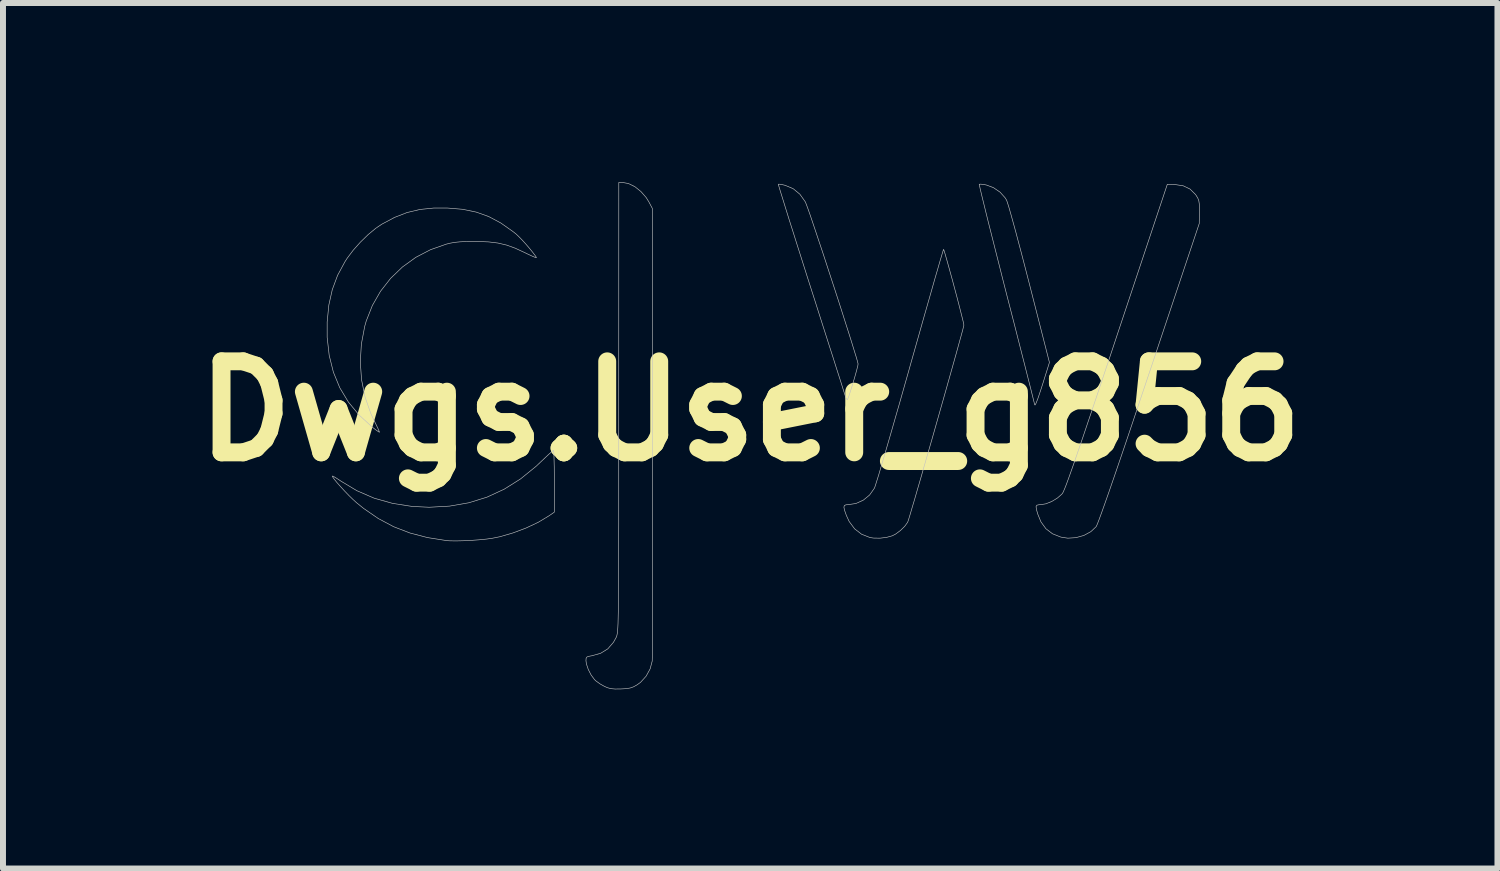
<source format=kicad_pcb>
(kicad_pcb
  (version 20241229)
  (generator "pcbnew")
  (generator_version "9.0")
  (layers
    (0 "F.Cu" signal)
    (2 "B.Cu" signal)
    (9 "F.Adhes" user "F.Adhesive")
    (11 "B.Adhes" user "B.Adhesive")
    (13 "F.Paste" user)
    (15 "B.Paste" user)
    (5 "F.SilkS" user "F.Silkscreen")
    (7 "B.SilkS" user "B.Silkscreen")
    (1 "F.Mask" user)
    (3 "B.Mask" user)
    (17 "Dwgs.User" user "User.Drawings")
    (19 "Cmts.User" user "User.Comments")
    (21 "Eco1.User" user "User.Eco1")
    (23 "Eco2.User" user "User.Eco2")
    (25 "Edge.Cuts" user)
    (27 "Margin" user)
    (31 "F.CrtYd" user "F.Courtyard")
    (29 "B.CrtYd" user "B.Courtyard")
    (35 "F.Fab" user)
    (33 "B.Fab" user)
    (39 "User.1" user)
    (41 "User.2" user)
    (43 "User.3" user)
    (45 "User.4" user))
  (footprint "Dwgs.User_g856"
    (layer "F.Cu")
    (at 9.514 3.836)
    (property "Reference" "Dwgs.User_g856" (at 0 0 0) (layer "F.SilkS") (effects (font (size 1.524 1.524) (thickness 0.3))))
    (attr through_hole)
    (fp_poly (pts (xy 3.913 -3.796) (xy 3.954 -3.788) (xy 4.074 -3.743) (xy 4.184 -3.668) (xy 4.27 -3.572) (xy 4.294 -3.532) (xy 4.307 -3.495) (xy 4.33 -3.422) (xy 4.361 -3.314) (xy 4.399 -3.177) (xy 4.444 -3.014) (xy 4.493 -2.829) (xy 4.547 -2.626) (xy 4.604 -2.407) (xy 4.663 -2.178) (xy 4.676 -2.128) (xy 5.011 -0.816) (xy 4.905 -0.477) (xy 4.856 -0.326) (xy 4.818 -0.213) (xy 4.789 -0.138) (xy 4.771 -0.103) (xy 4.763 -0.108) (xy 4.763 -0.115) (xy 4.757 -0.137) (xy 4.742 -0.198) (xy 4.718 -0.294) (xy 4.686 -0.422) (xy 4.646 -0.579) (xy 4.6 -0.762) (xy 4.547 -0.969) (xy 4.489 -1.196) (xy 4.427 -1.441) (xy 4.36 -1.7) (xy 4.293 -1.96) (xy 4.224 -2.231) (xy 4.159 -2.489) (xy 4.097 -2.733) (xy 4.04 -2.959) (xy 3.988 -3.164) (xy 3.943 -3.346) (xy 3.905 -3.501) (xy 3.874 -3.627) (xy 3.852 -3.721) (xy 3.839 -3.78) (xy 3.835 -3.8) (xy 3.86 -3.802) (xy 3.913 -3.796)) (stroke (width 0.01) (type solid)) (fill no) (layer "Dwgs.User"))
    (fp_poly (pts (xy -3.291 0.676) (xy -3.287 0.733) (xy -3.285 0.821) (xy -3.282 0.934) (xy -3.281 1.066) (xy -3.281 1.174) (xy -3.281 1.691) (xy -3.371 1.753) (xy -3.547 1.859) (xy -3.752 1.956) (xy -3.973 2.039) (xy -4.194 2.103) (xy -4.318 2.128) (xy -4.416 2.142) (xy -4.539 2.154) (xy -4.673 2.164) (xy -4.808 2.17) (xy -4.932 2.173) (xy -5.033 2.171) (xy -5.08 2.168) (xy -5.404 2.117) (xy -5.699 2.04) (xy -5.971 1.935) (xy -6.227 1.799) (xy -6.474 1.629) (xy -6.594 1.532) (xy -6.653 1.478) (xy -6.722 1.411) (xy -6.793 1.337) (xy -6.862 1.262) (xy -6.923 1.193) (xy -6.969 1.136) (xy -6.995 1.098) (xy -6.998 1.086) (xy -6.978 1.093) (xy -6.933 1.12) (xy -6.871 1.16) (xy -6.855 1.171) (xy -6.587 1.332) (xy -6.298 1.457) (xy -5.99 1.544) (xy -5.663 1.595) (xy -5.376 1.609) (xy -5.035 1.59) (xy -4.713 1.534) (xy -4.409 1.44) (xy -4.121 1.307) (xy -3.847 1.135) (xy -3.586 0.923) (xy -3.512 0.853) (xy -3.436 0.781) (xy -3.371 0.72) (xy -3.322 0.677) (xy -3.297 0.657) (xy -3.295 0.656) (xy -3.291 0.676)) (stroke (width 0.01) (type solid)) (fill no) (layer "Dwgs.User"))
    (fp_poly (pts (xy 7.109 -3.796) (xy 7.25 -3.775) (xy 7.365 -3.72) (xy 7.455 -3.631) (xy 7.467 -3.615) (xy 7.495 -3.569) (xy 7.512 -3.526) (xy 7.52 -3.475) (xy 7.523 -3.401) (xy 7.522 -3.335) (xy 7.52 -3.143) (xy 6.682 -0.638) (xy 6.539 -0.213) (xy 6.409 0.175) (xy 6.291 0.525) (xy 6.185 0.837) (xy 6.091 1.111) (xy 6.01 1.346) (xy 5.941 1.542) (xy 5.885 1.699) (xy 5.842 1.816) (xy 5.812 1.894) (xy 5.794 1.932) (xy 5.793 1.934) (xy 5.704 2.018) (xy 5.588 2.081) (xy 5.456 2.118) (xy 5.319 2.127) (xy 5.203 2.109) (xy 5.062 2.053) (xy 4.952 1.969) (xy 4.869 1.854) (xy 4.815 1.722) (xy 4.793 1.644) (xy 4.787 1.597) (xy 4.8 1.575) (xy 4.834 1.567) (xy 4.865 1.566) (xy 4.952 1.551) (xy 5.05 1.512) (xy 5.144 1.455) (xy 5.218 1.39) (xy 5.23 1.376) (xy 5.243 1.352) (xy 5.264 1.303) (xy 5.293 1.23) (xy 5.33 1.129) (xy 5.376 1) (xy 5.432 0.842) (xy 5.497 0.652) (xy 5.573 0.431) (xy 5.659 0.176) (xy 5.757 -0.114) (xy 5.866 -0.44) (xy 5.988 -0.803) (xy 6.122 -1.206) (xy 6.136 -1.249) (xy 6.985 -3.799) (xy 7.109 -3.796)) (stroke (width 0.01) (type solid)) (fill no) (layer "Dwgs.User"))
    (fp_poly (pts (xy 0.494 -3.801) (xy 0.545 -3.792) (xy 0.586 -3.782) (xy 0.719 -3.726) (xy 0.831 -3.634) (xy 0.921 -3.508) (xy 0.925 -3.499) (xy 0.94 -3.463) (xy 0.966 -3.392) (xy 1.002 -3.29) (xy 1.046 -3.16) (xy 1.097 -3.008) (xy 1.154 -2.837) (xy 1.216 -2.652) (xy 1.28 -2.456) (xy 1.346 -2.253) (xy 1.413 -2.049) (xy 1.479 -1.846) (xy 1.542 -1.649) (xy 1.601 -1.463) (xy 1.656 -1.291) (xy 1.704 -1.138) (xy 1.744 -1.007) (xy 1.776 -0.904) (xy 1.797 -0.831) (xy 1.806 -0.793) (xy 1.806 -0.79) (xy 1.801 -0.757) (xy 1.785 -0.695) (xy 1.763 -0.614) (xy 1.736 -0.521) (xy 1.707 -0.425) (xy 1.679 -0.336) (xy 1.655 -0.261) (xy 1.636 -0.21) (xy 1.626 -0.191) (xy 1.626 -0.191) (xy 1.61 -0.208) (xy 1.597 -0.238) (xy 1.589 -0.265) (xy 1.568 -0.329) (xy 1.537 -0.428) (xy 1.496 -0.558) (xy 1.445 -0.716) (xy 1.387 -0.9) (xy 1.321 -1.105) (xy 1.249 -1.331) (xy 1.172 -1.572) (xy 1.091 -1.827) (xy 1.023 -2.039) (xy 0.939 -2.302) (xy 0.86 -2.552) (xy 0.785 -2.788) (xy 0.716 -3.007) (xy 0.653 -3.205) (xy 0.599 -3.379) (xy 0.553 -3.528) (xy 0.516 -3.647) (xy 0.489 -3.734) (xy 0.474 -3.787) (xy 0.471 -3.801) (xy 0.494 -3.801)) (stroke (width 0.01) (type solid)) (fill no) (layer "Dwgs.User"))
    (fp_poly (pts (xy -4.817 -3.381) (xy -4.589 -3.334) (xy -4.379 -3.259) (xy -4.176 -3.151) (xy -3.972 -3.007) (xy -3.919 -2.965) (xy -3.876 -2.924) (xy -3.82 -2.867) (xy -3.759 -2.8) (xy -3.699 -2.73) (xy -3.645 -2.664) (xy -3.605 -2.611) (xy -3.583 -2.578) (xy -3.582 -2.57) (xy -3.603 -2.576) (xy -3.653 -2.597) (xy -3.724 -2.63) (xy -3.779 -2.657) (xy -3.937 -2.73) (xy -4.081 -2.782) (xy -4.226 -2.816) (xy -4.382 -2.835) (xy -4.564 -2.842) (xy -4.614 -2.842) (xy -4.753 -2.841) (xy -4.861 -2.836) (xy -4.95 -2.827) (xy -5.032 -2.812) (xy -5.091 -2.797) (xy -5.355 -2.704) (xy -5.601 -2.576) (xy -5.824 -2.415) (xy -6.022 -2.225) (xy -6.191 -2.009) (xy -6.328 -1.77) (xy -6.43 -1.512) (xy -6.456 -1.421) (xy -6.512 -1.124) (xy -6.53 -0.824) (xy -6.509 -0.527) (xy -6.451 -0.239) (xy -6.355 0.036) (xy -6.309 0.137) (xy -6.267 0.222) (xy -6.234 0.291) (xy -6.214 0.338) (xy -6.209 0.353) (xy -6.227 0.343) (xy -6.269 0.314) (xy -6.326 0.27) (xy -6.33 0.266) (xy -6.548 0.067) (xy -6.729 -0.152) (xy -6.874 -0.393) (xy -6.981 -0.654) (xy -7.051 -0.935) (xy -7.085 -1.237) (xy -7.085 -1.492) (xy -7.057 -1.777) (xy -6.999 -2.036) (xy -6.91 -2.276) (xy -6.786 -2.505) (xy -6.75 -2.561) (xy -6.65 -2.694) (xy -6.53 -2.829) (xy -6.4 -2.956) (xy -6.271 -3.063) (xy -6.174 -3.129) (xy -5.959 -3.244) (xy -5.749 -3.326) (xy -5.532 -3.378) (xy -5.299 -3.402) (xy -5.071 -3.402) (xy -4.817 -3.381)) (stroke (width 0.01) (type solid)) (fill no) (layer "Dwgs.User"))
    (fp_poly (pts (xy -2.038 -3.812) (xy -1.931 -3.759) (xy -1.83 -3.678) (xy -1.742 -3.577) (xy -1.697 -3.504) (xy -1.64 -3.397) (xy -1.635 0.339) (xy -1.634 0.735) (xy -1.634 1.121) (xy -1.634 1.494) (xy -1.634 1.852) (xy -1.634 2.193) (xy -1.634 2.515) (xy -1.634 2.815) (xy -1.635 3.091) (xy -1.635 3.342) (xy -1.636 3.564) (xy -1.637 3.756) (xy -1.638 3.916) (xy -1.639 4.04) (xy -1.64 4.128) (xy -1.641 4.176) (xy -1.641 4.183) (xy -1.676 4.315) (xy -1.744 4.439) (xy -1.837 4.541) (xy -1.893 4.582) (xy -1.954 4.616) (xy -2.01 4.636) (xy -2.079 4.647) (xy -2.168 4.652) (xy -2.263 4.653) (xy -2.332 4.647) (xy -2.391 4.631) (xy -2.445 4.607) (xy -2.517 4.566) (xy -2.583 4.518) (xy -2.608 4.495) (xy -2.664 4.419) (xy -2.712 4.326) (xy -2.743 4.234) (xy -2.751 4.178) (xy -2.748 4.137) (xy -2.732 4.115) (xy -2.691 4.103) (xy -2.652 4.096) (xy -2.506 4.055) (xy -2.386 3.981) (xy -2.291 3.872) (xy -2.245 3.789) (xy -2.24 3.777) (xy -2.235 3.763) (xy -2.231 3.747) (xy -2.227 3.726) (xy -2.223 3.698) (xy -2.22 3.661) (xy -2.217 3.615) (xy -2.214 3.555) (xy -2.212 3.482) (xy -2.21 3.392) (xy -2.208 3.285) (xy -2.207 3.157) (xy -2.206 3.008) (xy -2.205 2.835) (xy -2.204 2.637) (xy -2.203 2.411) (xy -2.203 2.156) (xy -2.202 1.87) (xy -2.202 1.551) (xy -2.202 1.197) (xy -2.202 0.806) (xy -2.202 0.376) (xy -2.202 -0.069) (xy -2.201 -3.831) (xy -2.14 -3.831) (xy -2.038 -3.812)) (stroke (width 0.01) (type solid)) (fill no) (layer "Dwgs.User"))
    (fp_poly (pts (xy 3.246 -2.69) (xy 3.263 -2.635) (xy 3.287 -2.552) (xy 3.317 -2.445) (xy 3.351 -2.322) (xy 3.388 -2.188) (xy 3.425 -2.049) (xy 3.462 -1.911) (xy 3.496 -1.78) (xy 3.526 -1.662) (xy 3.551 -1.563) (xy 3.569 -1.49) (xy 3.577 -1.448) (xy 3.578 -1.441) (xy 3.572 -1.414) (xy 3.556 -1.35) (xy 3.529 -1.252) (xy 3.494 -1.126) (xy 3.452 -0.973) (xy 3.403 -0.799) (xy 3.349 -0.607) (xy 3.291 -0.401) (xy 3.23 -0.185) (xy 3.166 0.039) (xy 3.102 0.265) (xy 3.038 0.49) (xy 2.974 0.71) (xy 2.913 0.922) (xy 2.856 1.122) (xy 2.802 1.306) (xy 2.755 1.47) (xy 2.713 1.61) (xy 2.68 1.723) (xy 2.655 1.805) (xy 2.64 1.851) (xy 2.636 1.861) (xy 2.588 1.927) (xy 2.516 1.998) (xy 2.435 2.058) (xy 2.379 2.087) (xy 2.286 2.113) (xy 2.174 2.127) (xy 2.064 2.125) (xy 2.005 2.116) (xy 1.864 2.06) (xy 1.748 1.97) (xy 1.657 1.847) (xy 1.611 1.748) (xy 1.581 1.663) (xy 1.569 1.609) (xy 1.576 1.58) (xy 1.603 1.568) (xy 1.638 1.566) (xy 1.77 1.546) (xy 1.894 1.49) (xy 1.999 1.404) (xy 2.076 1.295) (xy 2.082 1.284) (xy 2.095 1.248) (xy 2.118 1.174) (xy 2.152 1.066) (xy 2.193 0.926) (xy 2.243 0.757) (xy 2.3 0.562) (xy 2.363 0.345) (xy 2.431 0.108) (xy 2.504 -0.145) (xy 2.58 -0.413) (xy 2.659 -0.691) (xy 2.68 -0.767) (xy 2.759 -1.045) (xy 2.834 -1.31) (xy 2.905 -1.561) (xy 2.972 -1.795) (xy 3.033 -2.008) (xy 3.087 -2.199) (xy 3.135 -2.363) (xy 3.174 -2.499) (xy 3.205 -2.603) (xy 3.226 -2.674) (xy 3.237 -2.707) (xy 3.239 -2.709) (xy 3.246 -2.69)) (stroke (width 0.01) (type solid)) (fill no) (layer "Dwgs.User")))
  (gr_rect
    (start -3 -3)
    (end 22.028 11.495)
    (stroke (width 0.1) (type default))
    (fill no)
    (layer "Edge.Cuts")))
</source>
